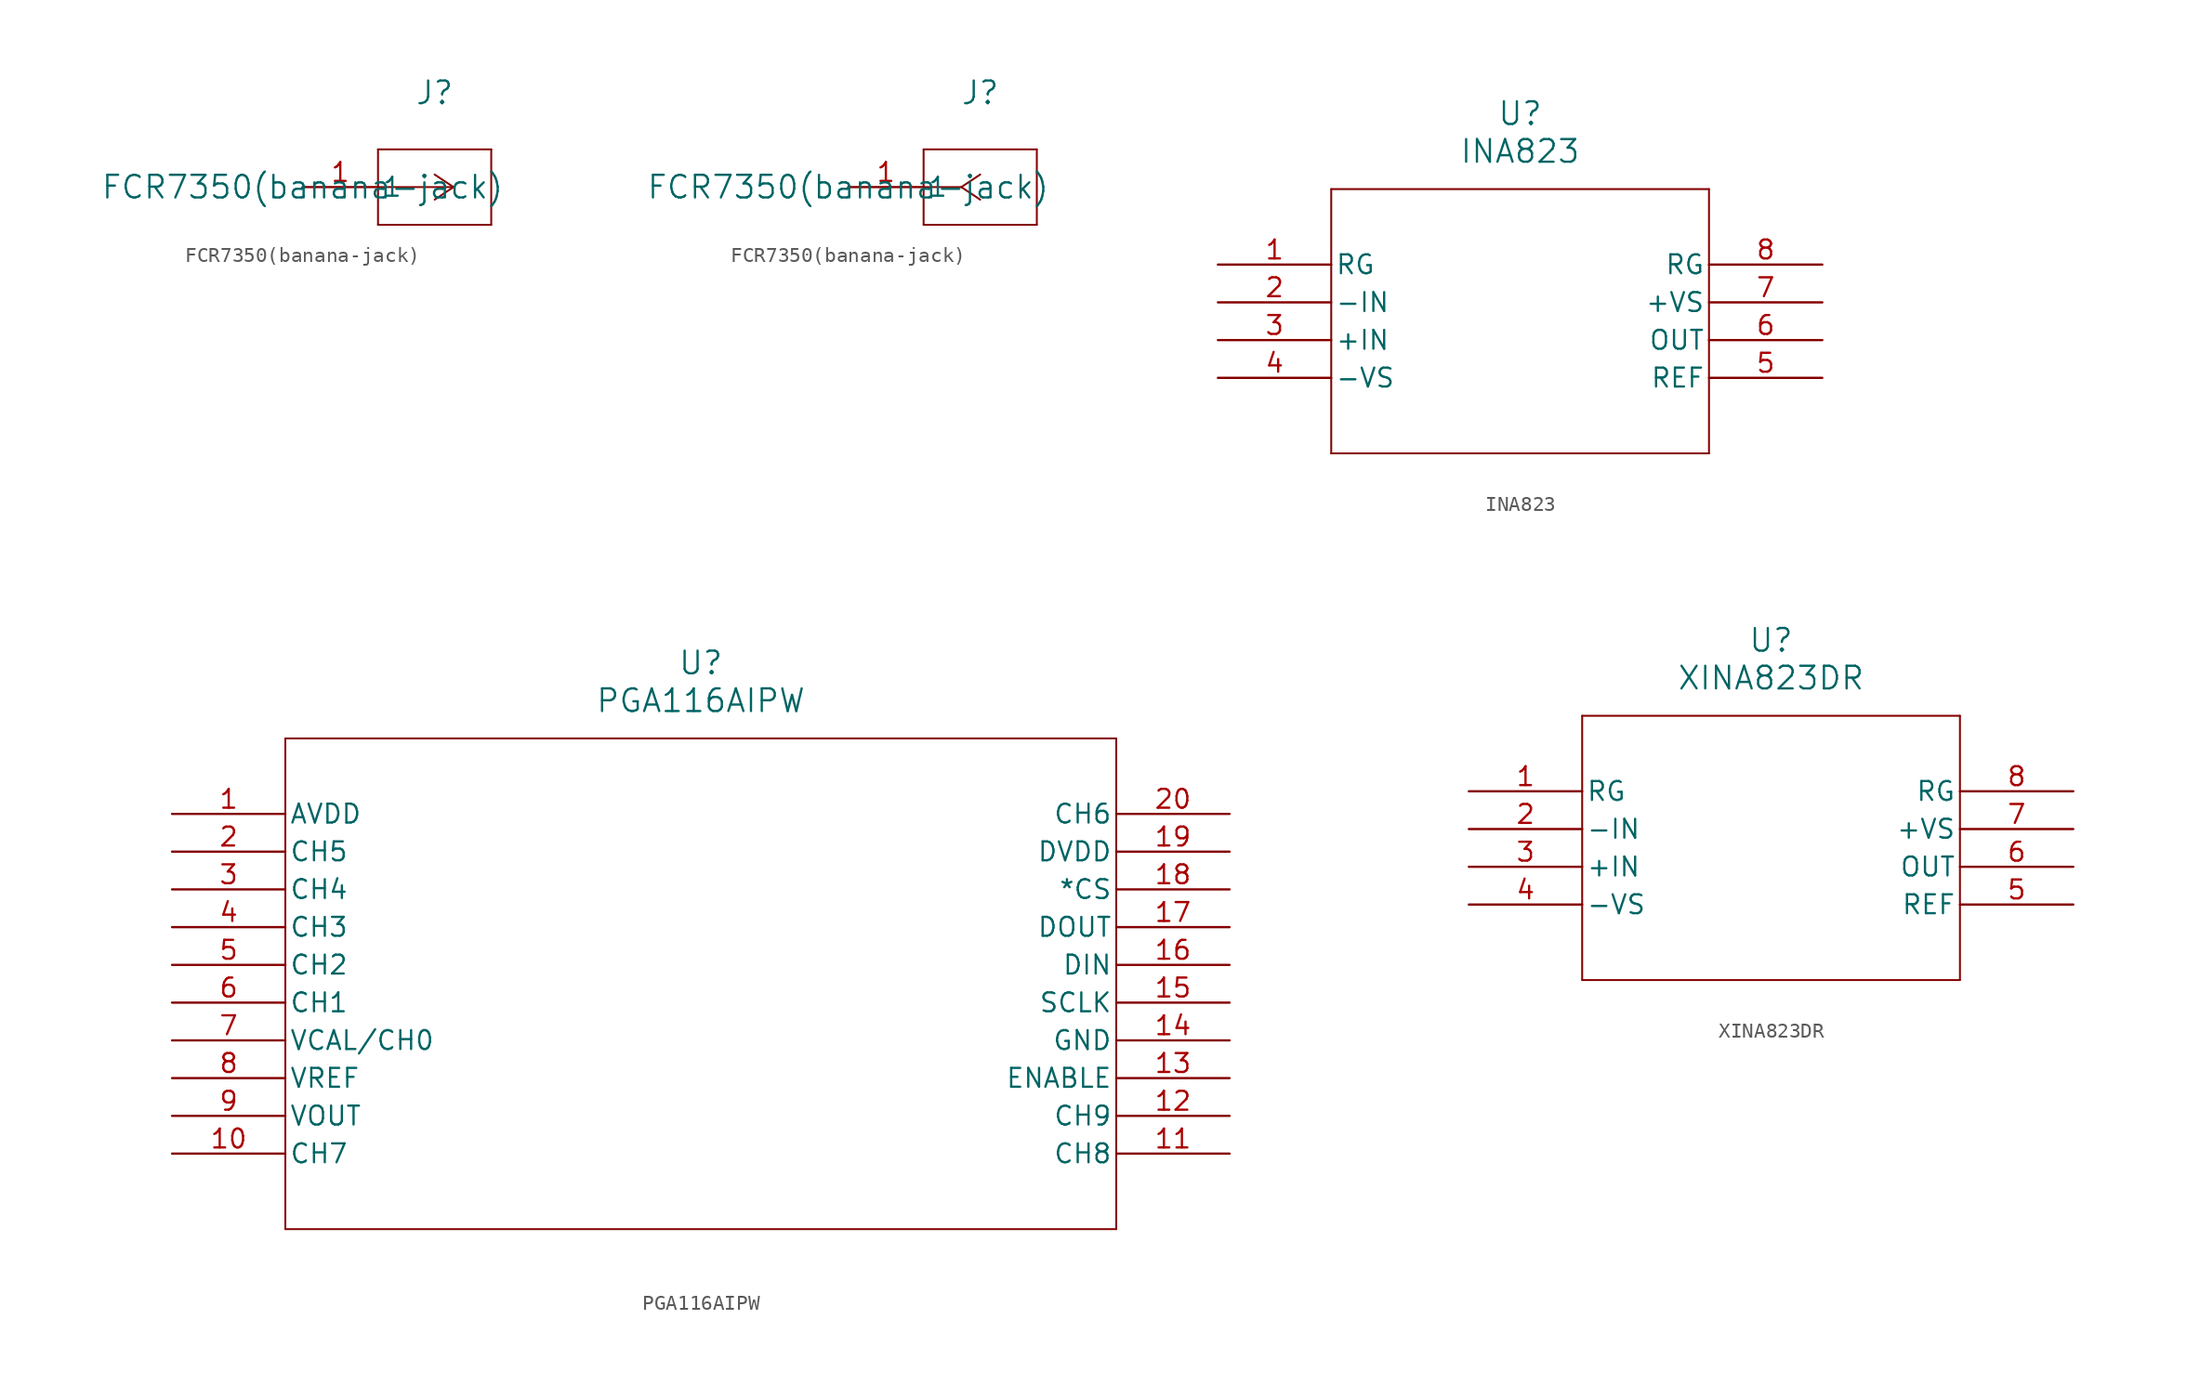
<source format=kicad_sym>
(kicad_symbol_lib
  (version 20220914)
  (generator kicad_symbol_editor)
  (symbol "FCR7350(banana-jack)"
    (pin_names
      (offset 0.254))
    (property "Reference" "J"
      (at 8.89 6.35 0)
      (effects (font (size 1.524 1.524))))
    (property "Value" "FCR7350(banana-jack)"
      (at 0 0 0)
      (effects (font (size 1.524 1.524))))
    (property "ki_locked" ""
      (at 0 0 0)
      (effects (font (size 1.27 1.27))))
    (symbol "FCR7350(banana-jack)_1_1"
      (polyline (pts (xy 5.08 -2.54) (xy 12.7 -2.54)) (stroke (width 0.127) (type default)) (fill (type none)))
      (polyline (pts (xy 5.08 2.54) (xy 5.08 -2.54)) (stroke (width 0.127) (type default)) (fill (type none)))
      (polyline (pts (xy 10.16 0) (xy 5.08 0)) (stroke (width 0.127) (type default)) (fill (type none)))
      (polyline (pts (xy 10.16 0) (xy 8.89 -0.847)) (stroke (width 0.127) (type default)) (fill (type none)))
      (polyline (pts (xy 10.16 0) (xy 8.89 0.847)) (stroke (width 0.127) (type default)) (fill (type none)))
      (polyline (pts (xy 12.7 -2.54) (xy 12.7 2.54)) (stroke (width 0.127) (type default)) (fill (type none)))
      (polyline (pts (xy 12.7 2.54) (xy 5.08 2.54)) (stroke (width 0.127) (type default)) (fill (type none)))
      (pin unspecified line (at 0 0 0) (length 5.08) (name "1" (effects (font (size 1.27 1.27)))) (number "1" (effects (font (size 1.27 1.27))))))
    (symbol "FCR7350(banana-jack)_1_2"
      (polyline (pts (xy 5.08 -2.54) (xy 12.7 -2.54)) (stroke (width 0.127) (type default)) (fill (type none)))
      (polyline (pts (xy 5.08 2.54) (xy 5.08 -2.54)) (stroke (width 0.127) (type default)) (fill (type none)))
      (polyline (pts (xy 7.62 0) (xy 5.08 0)) (stroke (width 0.127) (type default)) (fill (type none)))
      (polyline (pts (xy 7.62 0) (xy 8.89 -0.847)) (stroke (width 0.127) (type default)) (fill (type none)))
      (polyline (pts (xy 7.62 0) (xy 8.89 0.847)) (stroke (width 0.127) (type default)) (fill (type none)))
      (polyline (pts (xy 12.7 -2.54) (xy 12.7 2.54)) (stroke (width 0.127) (type default)) (fill (type none)))
      (polyline (pts (xy 12.7 2.54) (xy 5.08 2.54)) (stroke (width 0.127) (type default)) (fill (type none)))
      (pin unspecified line (at 0 0 0) (length 5.08) (name "1" (effects (font (size 1.27 1.27)))) (number "1" (effects (font (size 1.27 1.27)))))))
  (symbol "INA823"
    (pin_names
      (offset 0.254))
    (property "Reference" "U"
      (at 20.32 10.16 0)
      (effects (font (size 1.524 1.524))))
    (property "Value" "INA823"
      (at 20.32 7.62 0)
      (effects (font (size 1.524 1.524))))
    (property "ki_locked" ""
      (at 0 0 0)
      (effects (font (size 1.27 1.27))))
    (symbol "INA823_0_1"
      (polyline (pts (xy 7.62 -12.7) (xy 33.02 -12.7)) (stroke (width 0.127) (type default)) (fill (type none)))
      (polyline (pts (xy 7.62 5.08) (xy 7.62 -12.7)) (stroke (width 0.127) (type default)) (fill (type none)))
      (polyline (pts (xy 33.02 -12.7) (xy 33.02 5.08)) (stroke (width 0.127) (type default)) (fill (type none)))
      (polyline (pts (xy 33.02 5.08) (xy 7.62 5.08)) (stroke (width 0.127) (type default)) (fill (type none)))
      (pin unspecified line (at 0 0 0) (length 7.62) (name "RG" (effects (font (size 1.27 1.27)))) (number "1" (effects (font (size 1.27 1.27)))))
      (pin input line (at 0 -2.54 0) (length 7.62) (name "-IN" (effects (font (size 1.27 1.27)))) (number "2" (effects (font (size 1.27 1.27)))))
      (pin input line (at 0 -5.08 0) (length 7.62) (name "+IN" (effects (font (size 1.27 1.27)))) (number "3" (effects (font (size 1.27 1.27)))))
      (pin power_in line (at 0 -7.62 0) (length 7.62) (name "-VS" (effects (font (size 1.27 1.27)))) (number "4" (effects (font (size 1.27 1.27)))))
      (pin input line (at 40.64 -7.62 180) (length 7.62) (name "REF" (effects (font (size 1.27 1.27)))) (number "5" (effects (font (size 1.27 1.27)))))
      (pin output line (at 40.64 -5.08 180) (length 7.62) (name "OUT" (effects (font (size 1.27 1.27)))) (number "6" (effects (font (size 1.27 1.27)))))
      (pin power_in line (at 40.64 -2.54 180) (length 7.62) (name "+VS" (effects (font (size 1.27 1.27)))) (number "7" (effects (font (size 1.27 1.27)))))
      (pin unspecified line (at 40.64 0 180) (length 7.62) (name "RG" (effects (font (size 1.27 1.27)))) (number "8" (effects (font (size 1.27 1.27)))))))
  (symbol "PGA116AIPW"
    (pin_names
      (offset 0.254))
    (property "Reference" "U"
      (at 35.56 10.16 0)
      (effects (font (size 1.524 1.524))))
    (property "Value" "PGA116AIPW"
      (at 35.56 7.62 0)
      (effects (font (size 1.524 1.524))))
    (property "ki_locked" ""
      (at 0 0 0)
      (effects (font (size 1.27 1.27))))
    (symbol "PGA116AIPW_0_1"
      (polyline (pts (xy 7.62 -27.94) (xy 63.5 -27.94)) (stroke (width 0.127) (type default)) (fill (type none)))
      (polyline (pts (xy 7.62 5.08) (xy 7.62 -27.94)) (stroke (width 0.127) (type default)) (fill (type none)))
      (polyline (pts (xy 63.5 -27.94) (xy 63.5 5.08)) (stroke (width 0.127) (type default)) (fill (type none)))
      (polyline (pts (xy 63.5 5.08) (xy 7.62 5.08)) (stroke (width 0.127) (type default)) (fill (type none)))
      (pin power_in line (at 0 0 0) (length 7.62) (name "AVDD" (effects (font (size 1.27 1.27)))) (number "1" (effects (font (size 1.27 1.27)))))
      (pin input line (at 0 -22.86 0) (length 7.62) (name "CH7" (effects (font (size 1.27 1.27)))) (number "10" (effects (font (size 1.27 1.27)))))
      (pin input line (at 71.12 -22.86 180) (length 7.62) (name "CH8" (effects (font (size 1.27 1.27)))) (number "11" (effects (font (size 1.27 1.27)))))
      (pin input line (at 71.12 -20.32 180) (length 7.62) (name "CH9" (effects (font (size 1.27 1.27)))) (number "12" (effects (font (size 1.27 1.27)))))
      (pin unspecified line (at 71.12 -17.78 180) (length 7.62) (name "ENABLE" (effects (font (size 1.27 1.27)))) (number "13" (effects (font (size 1.27 1.27)))))
      (pin power_in line (at 71.12 -15.24 180) (length 7.62) (name "GND" (effects (font (size 1.27 1.27)))) (number "14" (effects (font (size 1.27 1.27)))))
      (pin input line (at 71.12 -12.7 180) (length 7.62) (name "SCLK" (effects (font (size 1.27 1.27)))) (number "15" (effects (font (size 1.27 1.27)))))
      (pin input line (at 71.12 -10.16 180) (length 7.62) (name "DIN" (effects (font (size 1.27 1.27)))) (number "16" (effects (font (size 1.27 1.27)))))
      (pin output line (at 71.12 -7.62 180) (length 7.62) (name "DOUT" (effects (font (size 1.27 1.27)))) (number "17" (effects (font (size 1.27 1.27)))))
      (pin unspecified line (at 71.12 -5.08 180) (length 7.62) (name "*CS" (effects (font (size 1.27 1.27)))) (number "18" (effects (font (size 1.27 1.27)))))
      (pin power_in line (at 71.12 -2.54 180) (length 7.62) (name "DVDD" (effects (font (size 1.27 1.27)))) (number "19" (effects (font (size 1.27 1.27)))))
      (pin input line (at 0 -2.54 0) (length 7.62) (name "CH5" (effects (font (size 1.27 1.27)))) (number "2" (effects (font (size 1.27 1.27)))))
      (pin input line (at 71.12 0 180) (length 7.62) (name "CH6" (effects (font (size 1.27 1.27)))) (number "20" (effects (font (size 1.27 1.27)))))
      (pin input line (at 0 -5.08 0) (length 7.62) (name "CH4" (effects (font (size 1.27 1.27)))) (number "3" (effects (font (size 1.27 1.27)))))
      (pin input line (at 0 -7.62 0) (length 7.62) (name "CH3" (effects (font (size 1.27 1.27)))) (number "4" (effects (font (size 1.27 1.27)))))
      (pin input line (at 0 -10.16 0) (length 7.62) (name "CH2" (effects (font (size 1.27 1.27)))) (number "5" (effects (font (size 1.27 1.27)))))
      (pin input line (at 0 -12.7 0) (length 7.62) (name "CH1" (effects (font (size 1.27 1.27)))) (number "6" (effects (font (size 1.27 1.27)))))
      (pin input line (at 0 -15.24 0) (length 7.62) (name "VCAL/CH0" (effects (font (size 1.27 1.27)))) (number "7" (effects (font (size 1.27 1.27)))))
      (pin input line (at 0 -17.78 0) (length 7.62) (name "VREF" (effects (font (size 1.27 1.27)))) (number "8" (effects (font (size 1.27 1.27)))))
      (pin output line (at 0 -20.32 0) (length 7.62) (name "VOUT" (effects (font (size 1.27 1.27)))) (number "9" (effects (font (size 1.27 1.27)))))))
  (symbol "XINA823DR"
    (pin_names
      (offset 0.254))
    (property "Reference" "U"
      (at 20.32 10.16 0)
      (effects (font (size 1.524 1.524))))
    (property "Value" "XINA823DR"
      (at 20.32 7.62 0)
      (effects (font (size 1.524 1.524))))
    (property "ki_locked" ""
      (at 0 0 0)
      (effects (font (size 1.27 1.27))))
    (symbol "XINA823DR_0_1"
      (polyline (pts (xy 7.62 -12.7) (xy 33.02 -12.7)) (stroke (width 0.127) (type default)) (fill (type none)))
      (polyline (pts (xy 7.62 5.08) (xy 7.62 -12.7)) (stroke (width 0.127) (type default)) (fill (type none)))
      (polyline (pts (xy 33.02 -12.7) (xy 33.02 5.08)) (stroke (width 0.127) (type default)) (fill (type none)))
      (polyline (pts (xy 33.02 5.08) (xy 7.62 5.08)) (stroke (width 0.127) (type default)) (fill (type none)))
      (pin unspecified line (at 0 0 0) (length 7.62) (name "RG" (effects (font (size 1.27 1.27)))) (number "1" (effects (font (size 1.27 1.27)))))
      (pin input line (at 0 -2.54 0) (length 7.62) (name "-IN" (effects (font (size 1.27 1.27)))) (number "2" (effects (font (size 1.27 1.27)))))
      (pin input line (at 0 -5.08 0) (length 7.62) (name "+IN" (effects (font (size 1.27 1.27)))) (number "3" (effects (font (size 1.27 1.27)))))
      (pin power_in line (at 0 -7.62 0) (length 7.62) (name "-VS" (effects (font (size 1.27 1.27)))) (number "4" (effects (font (size 1.27 1.27)))))
      (pin input line (at 40.64 -7.62 180) (length 7.62) (name "REF" (effects (font (size 1.27 1.27)))) (number "5" (effects (font (size 1.27 1.27)))))
      (pin output line (at 40.64 -5.08 180) (length 7.62) (name "OUT" (effects (font (size 1.27 1.27)))) (number "6" (effects (font (size 1.27 1.27)))))
      (pin power_in line (at 40.64 -2.54 180) (length 7.62) (name "+VS" (effects (font (size 1.27 1.27)))) (number "7" (effects (font (size 1.27 1.27)))))
      (pin unspecified line (at 40.64 0 180) (length 7.62) (name "RG" (effects (font (size 1.27 1.27)))) (number "8" (effects (font (size 1.27 1.27))))))))
</source>
